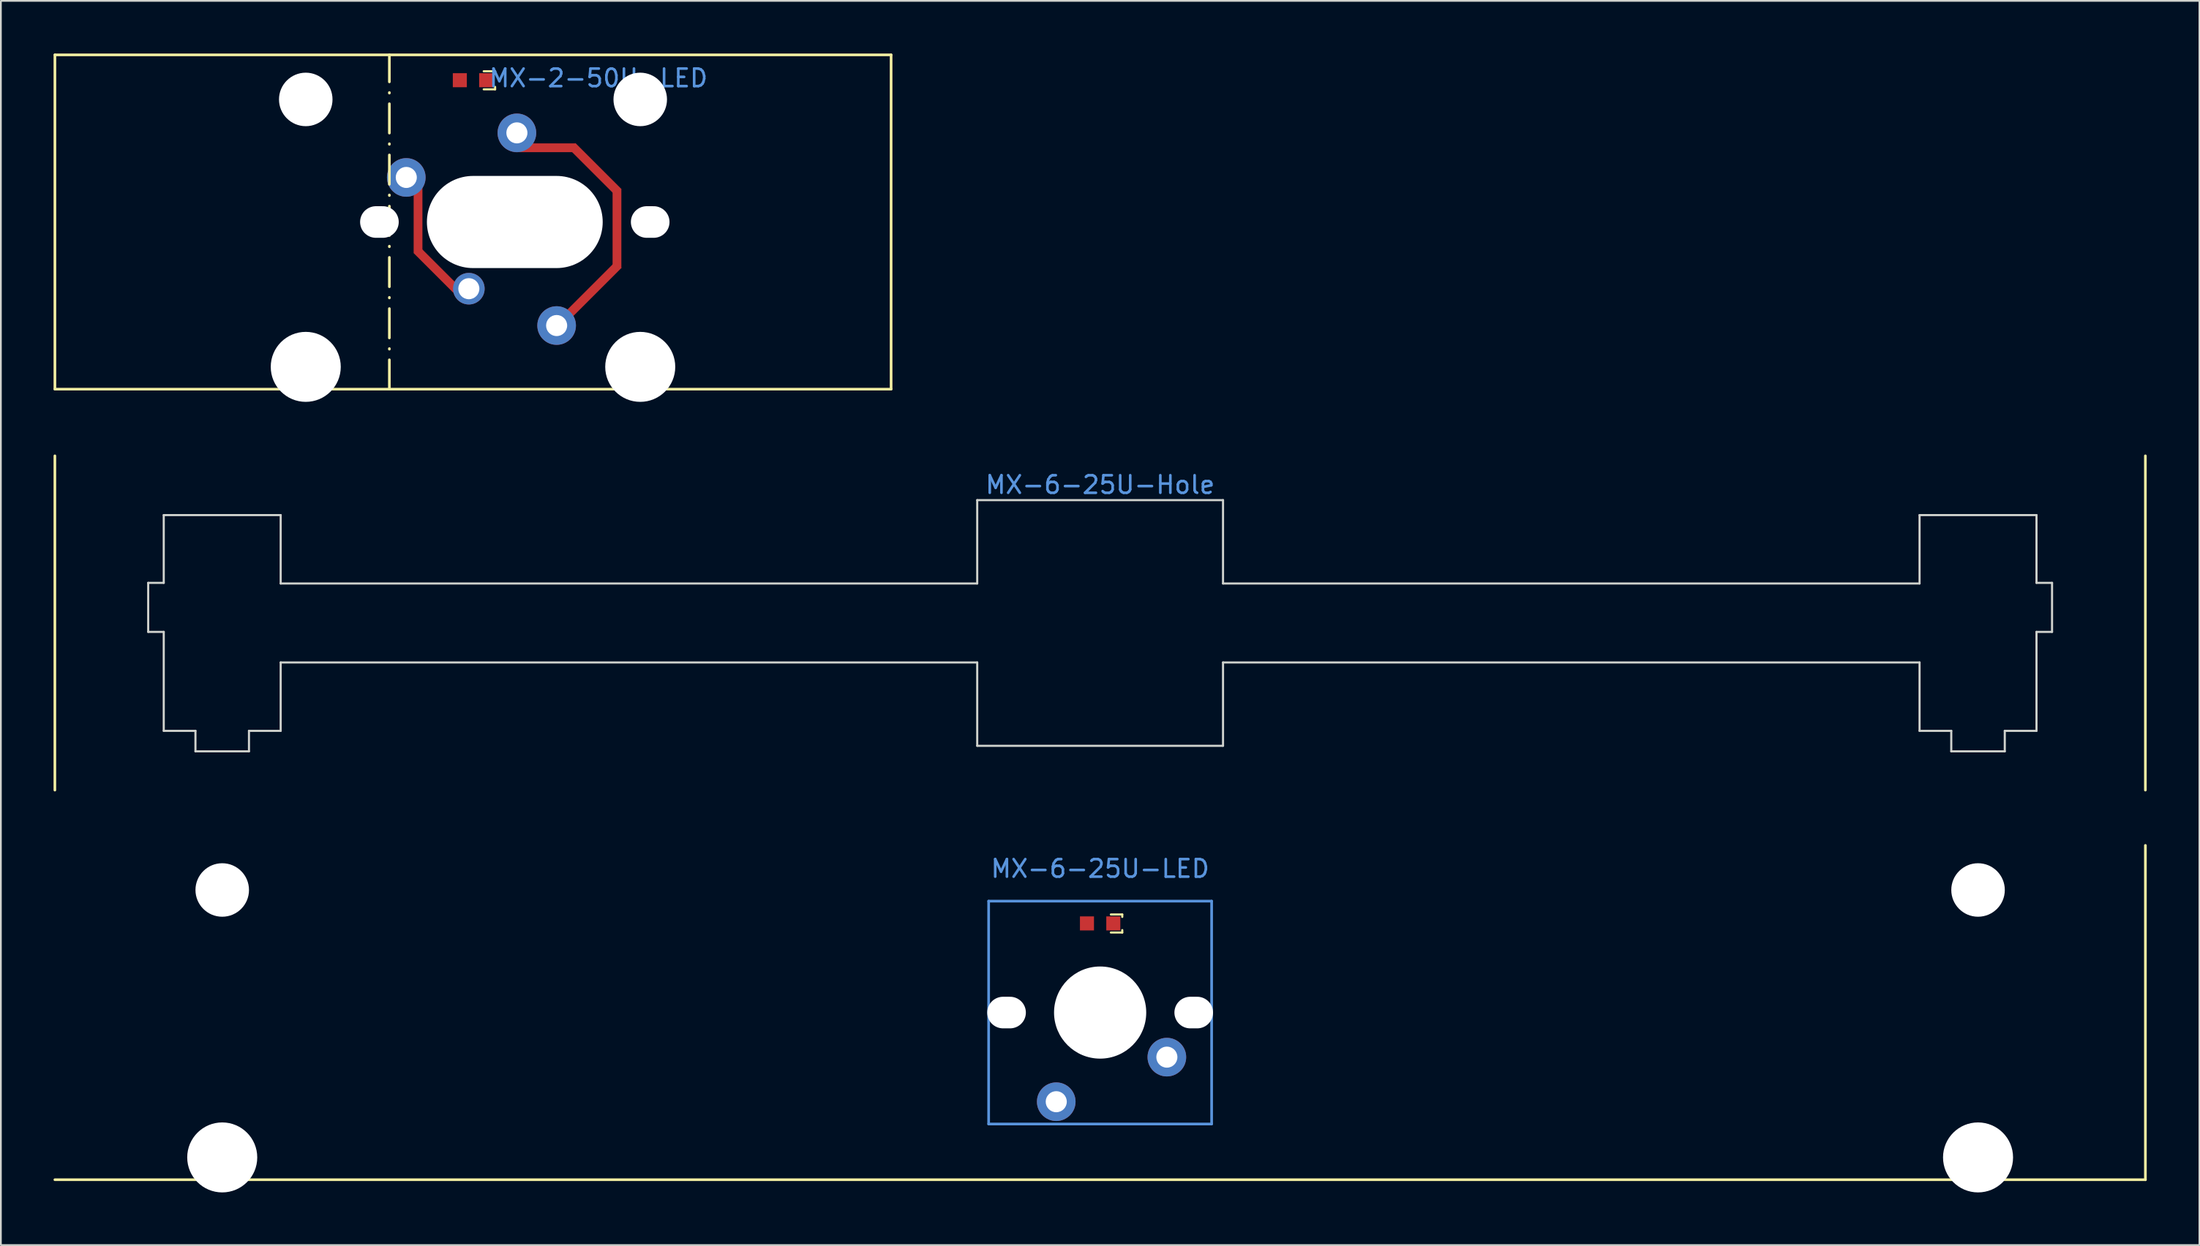
<source format=kicad_pcb>
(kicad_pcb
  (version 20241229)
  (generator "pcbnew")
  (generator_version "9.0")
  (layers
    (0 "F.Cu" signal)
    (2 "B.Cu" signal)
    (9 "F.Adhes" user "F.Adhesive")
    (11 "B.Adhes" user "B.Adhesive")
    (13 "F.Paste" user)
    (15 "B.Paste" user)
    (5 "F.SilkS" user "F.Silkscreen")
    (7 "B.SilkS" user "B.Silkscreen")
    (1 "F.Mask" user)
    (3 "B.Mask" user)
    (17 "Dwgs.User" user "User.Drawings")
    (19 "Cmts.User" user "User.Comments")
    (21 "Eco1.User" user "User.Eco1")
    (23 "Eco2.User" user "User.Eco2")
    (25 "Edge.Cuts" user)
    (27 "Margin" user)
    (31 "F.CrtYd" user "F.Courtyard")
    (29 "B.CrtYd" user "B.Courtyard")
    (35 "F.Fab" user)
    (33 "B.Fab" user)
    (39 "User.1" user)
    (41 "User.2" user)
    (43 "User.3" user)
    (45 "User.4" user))
  (footprint "MX-6-25U-LED"
    (layer "F.Cu")
    (at 59.607 49.571)
    (property "Reference" "MX-6-25U-LED" (at 0 -3.12 0) (layer "Cmts.User") (effects (font (size 1 1) (thickness 0.15))))
    (fp_line (start 0.61 -0.51) (end 1.26 -0.51) (stroke (width 0.12) (type solid)) (layer "F.SilkS"))
    (fp_line (start 0.61 0.52) (end 1.26 0.52) (stroke (width 0.12) (type solid)) (layer "F.SilkS"))
    (fp_line (start 1.26 -0.51) (end 1.26 -0.37) (stroke (width 0.12) (type solid)) (layer "F.SilkS"))
    (fp_line (start 1.26 0.52) (end 1.26 0.38) (stroke (width 0.12) (type solid)) (layer "F.SilkS"))
    (fp_line (start 59.531 -4.445) (end 59.531 14.605) (stroke (width 0.152) (type solid)) (layer "F.SilkS"))
    (fp_line (start 59.531 14.605) (end -59.531 14.605) (stroke (width 0.152) (type solid)) (layer "F.SilkS"))
    (fp_line (start -6.35 -1.27) (end 6.35 -1.27) (stroke (width 0.152) (type solid)) (layer "Cmts.User"))
    (fp_line (start -6.35 11.43) (end -6.35 -1.27) (stroke (width 0.152) (type solid)) (layer "Cmts.User"))
    (fp_line (start 6.35 -1.27) (end 6.35 11.43) (stroke (width 0.152) (type solid)) (layer "Cmts.User"))
    (fp_line (start 6.35 11.43) (end -6.35 11.43) (stroke (width 0.152) (type solid)) (layer "Cmts.User"))
    (pad "" np_thru_hole circle (at -50 -1.905 180) (size 3.048 3.048) (drill 3.048) (layers "*.Cu" "*.Mask"))
    (pad "" np_thru_hole circle (at -50 13.335 180) (size 3.988 3.988) (drill 3.988) (layers "*.Cu" "*.Mask"))
    (pad "" np_thru_hole oval (at -5.33 5.08 270) (size 1.8 2.2) (drill oval 1.8 2.2) (layers "*.Cu" "*.Mask"))
    (pad "" np_thru_hole circle (at 0 5.08 180) (size 5.25 5.25) (drill 5.25) (layers "*.Cu" "*.Mask"))
    (pad "" np_thru_hole oval (at 5.33 5.08 270) (size 1.8 2.2) (drill oval 1.8 2.2) (layers "*.Cu" "*.Mask"))
    (pad "" np_thru_hole circle (at 50 -1.905 180) (size 3.048 3.048) (drill 3.048) (layers "*.Cu" "*.Mask"))
    (pad "" np_thru_hole circle (at 50 13.335 180) (size 3.988 3.988) (drill 3.988) (layers "*.Cu" "*.Mask"))
    (pad "1" thru_hole circle (at -2.5 10.16) (size 2.2 2.2) (drill oval 1.2) (layers "*.Cu" "*.Mask"))
    (pad "2" thru_hole circle (at 3.8 7.62 225) (size 2.2 2.2) (drill 1.2) (layers "*.Cu" "*.Mask"))
    (pad "3" smd rect (at 0.75 0 90) (size 0.8 0.8) (layers "F.Cu" "F.Mask" "F.Paste"))
    (pad "4" smd rect (at -0.75 0 90) (size 0.8 0.8) (layers "F.Cu" "F.Mask" "F.Paste")))
  (footprint "MX-2-50U-LED"
    (layer "F.Cu")
    (at 23.889 1.521)
    (property "Reference" "MX-2-50U-LED" (at 7.144 -0.12 0) (layer "Cmts.User") (effects (font (size 1 1) (thickness 0.15))))
    (fp_line (start -23.812 -1.445) (end 23.812 -1.445) (stroke (width 0.152) (type solid)) (layer "F.SilkS"))
    (fp_line (start -23.812 17.605) (end -23.812 -1.445) (stroke (width 0.152) (type solid)) (layer "F.SilkS"))
    (fp_line (start -4.763 17.605) (end -4.763 -1.445) (stroke (width 0.152) (type dash_dot)) (layer "F.SilkS"))
    (fp_line (start 0.61 -0.51) (end 1.26 -0.51) (stroke (width 0.12) (type solid)) (layer "F.SilkS"))
    (fp_line (start 0.61 0.52) (end 1.26 0.52) (stroke (width 0.12) (type solid)) (layer "F.SilkS"))
    (fp_line (start 1.26 -0.51) (end 1.26 -0.37) (stroke (width 0.12) (type solid)) (layer "F.SilkS"))
    (fp_line (start 1.26 0.52) (end 1.26 0.38) (stroke (width 0.12) (type solid)) (layer "F.SilkS"))
    (fp_line (start 23.812 -1.445) (end 23.812 17.605) (stroke (width 0.152) (type solid)) (layer "F.SilkS"))
    (fp_line (start 23.812 17.605) (end -23.812 17.605) (stroke (width 0.152) (type solid)) (layer "F.SilkS"))
    (pad "" np_thru_hole circle (at -9.525 1.095 180) (size 3.048 3.048) (drill 3.048) (layers "*.Cu" "*.Mask"))
    (pad "" np_thru_hole circle (at -9.525 16.335 180) (size 3.988 3.988) (drill 3.988) (layers "*.Cu" "*.Mask"))
    (pad "" np_thru_hole oval (at -5.33 8.08 270) (size 1.8 2.2) (drill oval 1.8 2.2) (layers "*.Cu" "*.Mask"))
    (pad "" np_thru_hole oval (at 2.381 8.08 180) (size 10.012 5.25) (drill oval 10.012 5.25) (layers "*.Cu" "*.Mask"))
    (pad "" np_thru_hole circle (at 9.525 1.095 180) (size 3.048 3.048) (drill 3.048) (layers "*.Cu" "*.Mask"))
    (pad "" np_thru_hole circle (at 9.525 16.335 180) (size 3.988 3.988) (drill 3.988) (layers "*.Cu" "*.Mask"))
    (pad "" np_thru_hole oval (at 10.092 8.08 270) (size 1.8 2.2) (drill oval 1.8 2.2) (layers "*.Cu" "*.Mask"))
    (pad "1" thru_hole circle (at 2.5 3) (size 2.2 2.2) (drill oval 1.2) (layers "*.Cu" "*.Mask"))
    (pad "1" smd rect (at 4.1 3.85 180) (size 3.5 0.5) (layers "F.Cu" "F.Mask" "F.Paste"))
    (pad "1" thru_hole circle (at 4.763 13.98 90) (size 2.2 2.2) (drill 1.2) (layers "*.Cu" "*.Mask"))
    (pad "1" smd rect (at 6.87 11.93 45) (size 4 0.5) (layers "F.Cu" "F.Mask" "F.Paste"))
    (pad "1" smd rect (at 6.97 5.07 315) (size 3.7 0.5) (layers "F.Cu" "F.Mask" "F.Paste"))
    (pad "1" smd rect (at 8.2 8.45 90) (size 4.5 0.5) (layers "F.Cu" "F.Mask" "F.Paste"))
    (pad "2" thru_hole circle (at -3.8 5.54 225) (size 2.2 2.2) (drill 1.2) (layers "*.Cu" "*.Mask"))
    (pad "2" smd rect (at -3.13 7.85 90) (size 4 0.5) (layers "F.Cu" "F.Mask" "F.Paste"))
    (pad "2" smd rect (at -2.07 10.81 315) (size 3.2 0.5) (layers "F.Cu" "F.Mask" "F.Paste"))
    (pad "2" thru_hole circle (at -0.237 11.88 270) (size 1.8 1.8) (drill 1.2) (layers "*.Cu" "*.Mask"))
    (pad "3" smd rect (at 0.75 0 90) (size 0.8 0.8) (layers "F.Cu" "F.Mask" "F.Paste"))
    (pad "4" smd rect (at -0.75 0 90) (size 0.8 0.8) (layers "F.Cu" "F.Mask" "F.Paste")))
  (footprint "MX-6-25U-Hole"
    (layer "F.Cu")
    (at 59.606 32.45)
    (property "Reference" "MX-6-25U-Hole" (at 0 -7.874 0) (layer "Cmts.User") (effects (font (size 1 1) (thickness 0.15))))
    (attr through_hole)
    (fp_line (start -59.531 9.525) (end -59.531 -9.525) (stroke (width 0.15) (type solid)) (layer "F.SilkS"))
    (fp_line (start 59.531 -9.525) (end 59.531 9.525) (stroke (width 0.15) (type solid)) (layer "F.SilkS"))
    (fp_line (start -54.216 -2.286) (end -54.216 0.508) (stroke (width 0.12) (type solid)) (layer "Edge.Cuts"))
    (fp_line (start -53.33 -6.147) (end -53.33 -2.286) (stroke (width 0.12) (type solid)) (layer "Edge.Cuts"))
    (fp_line (start -53.33 -2.286) (end -54.216 -2.286) (stroke (width 0.12) (type solid)) (layer "Edge.Cuts"))
    (fp_line (start -53.33 0.508) (end -54.216 0.508) (stroke (width 0.12) (type solid)) (layer "Edge.Cuts"))
    (fp_line (start -53.33 0.508) (end -53.33 6.147) (stroke (width 0.12) (type solid)) (layer "Edge.Cuts"))
    (fp_line (start -51.524 6.147) (end -53.33 6.147) (stroke (width 0.12) (type solid)) (layer "Edge.Cuts"))
    (fp_line (start -51.524 6.147) (end -51.524 7.315) (stroke (width 0.12) (type solid)) (layer "Edge.Cuts"))
    (fp_line (start -48.476 6.147) (end -48.476 7.315) (stroke (width 0.12) (type solid)) (layer "Edge.Cuts"))
    (fp_line (start -48.476 7.315) (end -51.524 7.315) (stroke (width 0.12) (type solid)) (layer "Edge.Cuts"))
    (fp_line (start -46.67 -6.147) (end -53.33 -6.147) (stroke (width 0.12) (type solid)) (layer "Edge.Cuts"))
    (fp_line (start -46.67 -6.147) (end -46.67 -2.25) (stroke (width 0.12) (type solid)) (layer "Edge.Cuts"))
    (fp_line (start -46.67 -2.25) (end -7 -2.25) (stroke (width 0.12) (type solid)) (layer "Edge.Cuts"))
    (fp_line (start -46.67 2.25) (end -7 2.25) (stroke (width 0.12) (type solid)) (layer "Edge.Cuts"))
    (fp_line (start -46.67 6.147) (end -48.476 6.147) (stroke (width 0.12) (type solid)) (layer "Edge.Cuts"))
    (fp_line (start -46.67 6.147) (end -46.67 2.25) (stroke (width 0.12) (type solid)) (layer "Edge.Cuts"))
    (fp_line (start -7 -7) (end -7 -2.25) (stroke (width 0.12) (type solid)) (layer "Edge.Cuts"))
    (fp_line (start -7 -7) (end 7 -7) (stroke (width 0.12) (type solid)) (layer "Edge.Cuts"))
    (fp_line (start -7 7) (end -7 2.25) (stroke (width 0.12) (type solid)) (layer "Edge.Cuts"))
    (fp_line (start -7 7) (end 7 7) (stroke (width 0.12) (type solid)) (layer "Edge.Cuts"))
    (fp_line (start 7 -7) (end 7 -2.25) (stroke (width 0.12) (type solid)) (layer "Edge.Cuts"))
    (fp_line (start 7 7) (end 7 2.25) (stroke (width 0.12) (type solid)) (layer "Edge.Cuts"))
    (fp_line (start 46.67 -6.147) (end 46.67 -2.25) (stroke (width 0.12) (type solid)) (layer "Edge.Cuts"))
    (fp_line (start 46.67 -6.147) (end 53.33 -6.147) (stroke (width 0.12) (type solid)) (layer "Edge.Cuts"))
    (fp_line (start 46.67 -2.25) (end 7 -2.25) (stroke (width 0.12) (type solid)) (layer "Edge.Cuts"))
    (fp_line (start 46.67 2.25) (end 7 2.25) (stroke (width 0.12) (type solid)) (layer "Edge.Cuts"))
    (fp_line (start 46.67 6.147) (end 46.67 2.25) (stroke (width 0.12) (type solid)) (layer "Edge.Cuts"))
    (fp_line (start 46.67 6.147) (end 48.476 6.147) (stroke (width 0.12) (type solid)) (layer "Edge.Cuts"))
    (fp_line (start 48.476 6.147) (end 48.476 7.315) (stroke (width 0.12) (type solid)) (layer "Edge.Cuts"))
    (fp_line (start 48.476 7.315) (end 51.524 7.315) (stroke (width 0.12) (type solid)) (layer "Edge.Cuts"))
    (fp_line (start 51.524 6.147) (end 51.524 7.315) (stroke (width 0.12) (type solid)) (layer "Edge.Cuts"))
    (fp_line (start 51.524 6.147) (end 53.33 6.147) (stroke (width 0.12) (type solid)) (layer "Edge.Cuts"))
    (fp_line (start 53.33 -6.147) (end 53.33 -2.286) (stroke (width 0.12) (type solid)) (layer "Edge.Cuts"))
    (fp_line (start 53.33 -2.286) (end 54.216 -2.286) (stroke (width 0.12) (type solid)) (layer "Edge.Cuts"))
    (fp_line (start 53.33 0.508) (end 53.33 6.147) (stroke (width 0.12) (type solid)) (layer "Edge.Cuts"))
    (fp_line (start 53.33 0.508) (end 54.216 0.508) (stroke (width 0.12) (type solid)) (layer "Edge.Cuts"))
    (fp_line (start 54.216 -2.286) (end 54.216 0.508) (stroke (width 0.12) (type solid)) (layer "Edge.Cuts")))
  (gr_rect
    (start -3 -3)
    (end 122.215 67.9)
    (stroke (width 0.1) (type default))
    (fill no)
    (layer "Edge.Cuts")))
</source>
